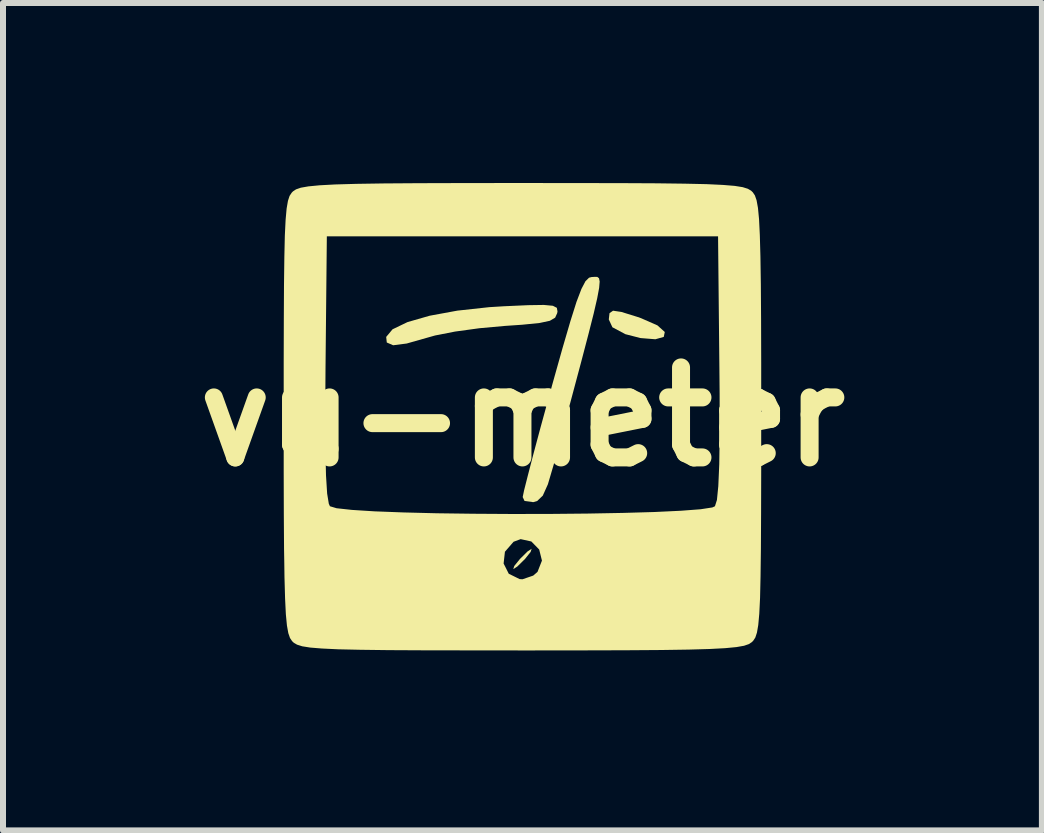
<source format=kicad_pcb>
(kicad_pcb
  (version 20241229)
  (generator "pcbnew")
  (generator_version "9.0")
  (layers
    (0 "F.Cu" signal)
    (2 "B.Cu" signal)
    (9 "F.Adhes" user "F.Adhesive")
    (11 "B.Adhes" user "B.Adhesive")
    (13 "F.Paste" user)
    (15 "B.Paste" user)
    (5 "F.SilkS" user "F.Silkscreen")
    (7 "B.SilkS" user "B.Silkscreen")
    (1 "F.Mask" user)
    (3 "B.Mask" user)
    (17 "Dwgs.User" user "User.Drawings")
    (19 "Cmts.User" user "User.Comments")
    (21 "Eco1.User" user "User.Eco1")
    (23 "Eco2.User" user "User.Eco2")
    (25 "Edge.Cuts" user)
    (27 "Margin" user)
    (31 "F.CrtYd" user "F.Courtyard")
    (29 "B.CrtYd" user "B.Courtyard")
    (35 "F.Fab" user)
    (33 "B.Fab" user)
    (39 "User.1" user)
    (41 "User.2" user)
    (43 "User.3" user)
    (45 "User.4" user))
  (footprint "vu-meter"
    (layer "F.Cu")
    (at 5.657 3.895)
    (property "Reference" "vu-meter" (at 0 0 0) (layer "F.SilkS") (effects (font (size 1.5 1.5) (thickness 0.3))))
    (attr board_only exclude_from_pos_files exclude_from_bom)
    (fp_poly (pts (xy 0.136 2.254) (xy 0.042 2.371) (xy -0.085 2.496) (xy -0.153 2.54) (xy -0.136 2.487) (xy -0.042 2.371) (xy 0.085 2.245) (xy 0.153 2.201)) (stroke (width 0) (type solid)) (fill yes) (layer "F.SilkS"))
    (fp_poly (pts (xy 1.65 -1.746) (xy 1.908 -1.666) (xy 1.975 -1.643) (xy 2.25 -1.522) (xy 2.372 -1.412) (xy 2.355 -1.33) (xy 2.215 -1.291) (xy 1.967 -1.311) (xy 1.714 -1.376) (xy 1.499 -1.491) (xy 1.439 -1.621) (xy 1.451 -1.726) (xy 1.51 -1.767)) (stroke (width 0) (type solid)) (fill yes) (layer "F.SilkS"))
    (fp_poly (pts (xy 0.507 -1.849) (xy 0.573 -1.815) (xy 0.584 -1.755) (xy 0.579 -1.726) (xy 0.545 -1.651) (xy 0.457 -1.599) (xy 0.284 -1.562) (xy -0.006 -1.533) (xy -0.297 -1.513) (xy -0.716 -1.475) (xy -1.124 -1.419) (xy -1.456 -1.354) (xy -1.566 -1.323) (xy -1.929 -1.22) (xy -2.155 -1.191) (xy -2.261 -1.237) (xy -2.271 -1.33) (xy -2.165 -1.457) (xy -1.916 -1.577) (xy -1.547 -1.683) (xy -1.085 -1.768) (xy -0.553 -1.826) (xy -0.309 -1.841) (xy 0.094 -1.859) (xy 0.357 -1.863)) (stroke (width 0) (type solid)) (fill yes) (layer "F.SilkS"))
    (fp_poly (pts (xy 1.248 -2.33) (xy 1.276 -2.308) (xy 1.287 -2.252) (xy 1.278 -2.146) (xy 1.246 -1.975) (xy 1.188 -1.723) (xy 1.1 -1.376) (xy 0.98 -0.918) (xy 0.824 -0.334) (xy 0.63 0.391) (xy 0.519 0.804) (xy 0.424 1.126) (xy 0.339 1.315) (xy 0.246 1.404) (xy 0.18 1.424) (xy 0.035 1.404) (xy 0.004 1.339) (xy 0.027 1.228) (xy 0.09 0.979) (xy 0.184 0.617) (xy 0.304 0.169) (xy 0.444 -0.341) (xy 0.501 -0.55) (xy 0.668 -1.144) (xy 0.799 -1.592) (xy 0.901 -1.915) (xy 0.983 -2.13) (xy 1.05 -2.258) (xy 1.11 -2.317) (xy 1.153 -2.328) (xy 1.206 -2.331)) (stroke (width 0) (type solid)) (fill yes) (layer "F.SilkS"))
    (fp_poly (pts (xy 0.903 -3.894) (xy 1.638 -3.893) (xy 2.234 -3.89) (xy 2.706 -3.884) (xy 3.071 -3.876) (xy 3.343 -3.863) (xy 3.538 -3.847) (xy 3.67 -3.826) (xy 3.756 -3.799) (xy 3.811 -3.767) (xy 3.839 -3.74) (xy 3.874 -3.688) (xy 3.902 -3.607) (xy 3.925 -3.48) (xy 3.943 -3.292) (xy 3.956 -3.028) (xy 3.966 -2.673) (xy 3.973 -2.21) (xy 3.977 -1.625) (xy 3.979 -0.902) (xy 3.979 -0.026) (xy 3.979 0.015) (xy 3.979 0.892) (xy 3.977 1.616) (xy 3.974 2.201) (xy 3.968 2.664) (xy 3.96 3.019) (xy 3.947 3.283) (xy 3.93 3.471) (xy 3.908 3.598) (xy 3.881 3.68) (xy 3.847 3.732) (xy 3.825 3.755) (xy 3.774 3.789) (xy 3.693 3.817) (xy 3.567 3.839) (xy 3.381 3.857) (xy 3.12 3.871) (xy 2.768 3.881) (xy 2.31 3.888) (xy 1.731 3.892) (xy 1.016 3.894) (xy 0.149 3.895) (xy -0.015 3.895) (xy -0.903 3.894) (xy -1.638 3.893) (xy -2.234 3.89) (xy -2.706 3.884) (xy -3.071 3.876) (xy -3.343 3.863) (xy -3.538 3.847) (xy -3.67 3.826) (xy -3.756 3.799) (xy -3.811 3.767) (xy -3.839 3.74) (xy -3.874 3.688) (xy -3.902 3.607) (xy -3.925 3.48) (xy -3.943 3.292) (xy -3.956 3.028) (xy -3.966 2.673) (xy -3.969 2.446) (xy -0.314 2.446) (xy -0.228 2.617) (xy -0.047 2.706) (xy 0 2.709) (xy 0.179 2.648) (xy 0.251 2.586) (xy 0.325 2.398) (xy 0.279 2.213) (xy 0.148 2.079) (xy -0.03 2.04) (xy -0.148 2.084) (xy -0.292 2.25) (xy -0.314 2.446) (xy -3.969 2.446) (xy -3.973 2.21) (xy -3.977 1.625) (xy -3.979 0.902) (xy -3.979 0.026) (xy -3.979 -0.015) (xy -3.979 -0.061) (xy -3.287 -0.061) (xy -3.284 0.533) (xy -3.274 0.977) (xy -3.255 1.28) (xy -3.227 1.451) (xy -3.208 1.492) (xy -3.098 1.525) (xy -2.842 1.553) (xy -2.463 1.577) (xy -1.985 1.595) (xy -1.43 1.609) (xy -0.822 1.617) (xy -0.184 1.621) (xy 0.46 1.62) (xy 1.088 1.614) (xy 1.676 1.603) (xy 2.201 1.588) (xy 2.64 1.567) (xy 2.969 1.542) (xy 3.165 1.512) (xy 3.208 1.492) (xy 3.241 1.388) (xy 3.264 1.157) (xy 3.28 0.791) (xy 3.287 0.279) (xy 3.286 -0.387) (xy 3.282 -0.815) (xy 3.26 -3.006) (xy 0 -3.006) (xy -3.26 -3.006) (xy -3.282 -0.815) (xy -3.287 -0.061) (xy -3.979 -0.061) (xy -3.979 -0.892) (xy -3.977 -1.616) (xy -3.974 -2.201) (xy -3.968 -2.664) (xy -3.96 -3.019) (xy -3.947 -3.283) (xy -3.93 -3.471) (xy -3.908 -3.598) (xy -3.881 -3.68) (xy -3.847 -3.732) (xy -3.825 -3.755) (xy -3.774 -3.789) (xy -3.693 -3.817) (xy -3.567 -3.839) (xy -3.381 -3.857) (xy -3.12 -3.871) (xy -2.768 -3.881) (xy -2.31 -3.888) (xy -1.731 -3.892) (xy -1.016 -3.894) (xy -0.149 -3.895) (xy 0.015 -3.895)) (stroke (width 0) (type solid)) (fill yes) (layer "F.SilkS")))
  (gr_rect
    (start -3 -3)
    (end 14.314 10.789)
    (stroke (width 0.1) (type default))
    (fill no)
    (layer "Edge.Cuts")))
</source>
